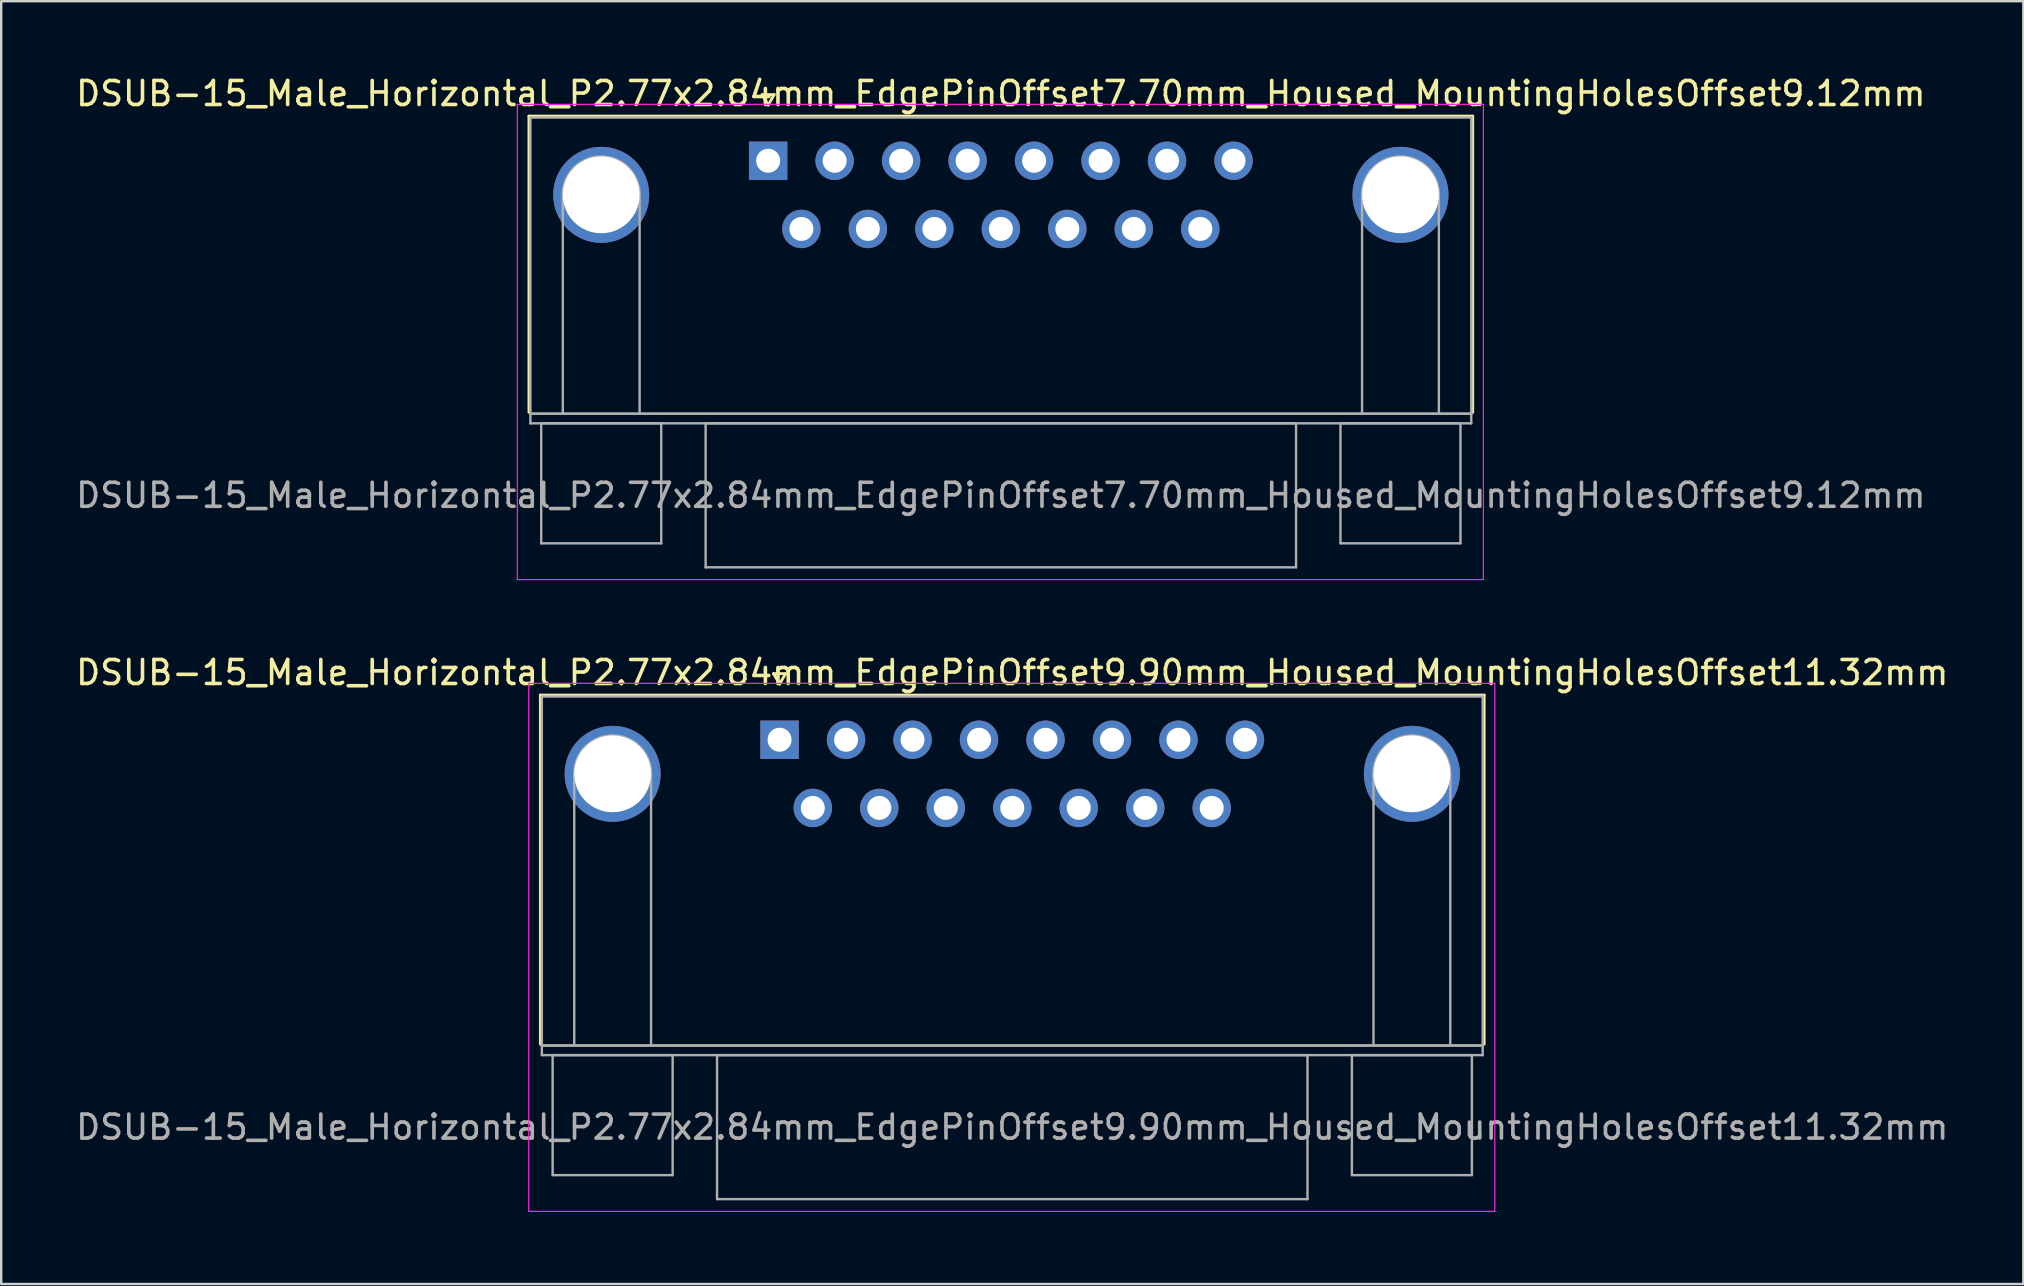
<source format=kicad_pcb>
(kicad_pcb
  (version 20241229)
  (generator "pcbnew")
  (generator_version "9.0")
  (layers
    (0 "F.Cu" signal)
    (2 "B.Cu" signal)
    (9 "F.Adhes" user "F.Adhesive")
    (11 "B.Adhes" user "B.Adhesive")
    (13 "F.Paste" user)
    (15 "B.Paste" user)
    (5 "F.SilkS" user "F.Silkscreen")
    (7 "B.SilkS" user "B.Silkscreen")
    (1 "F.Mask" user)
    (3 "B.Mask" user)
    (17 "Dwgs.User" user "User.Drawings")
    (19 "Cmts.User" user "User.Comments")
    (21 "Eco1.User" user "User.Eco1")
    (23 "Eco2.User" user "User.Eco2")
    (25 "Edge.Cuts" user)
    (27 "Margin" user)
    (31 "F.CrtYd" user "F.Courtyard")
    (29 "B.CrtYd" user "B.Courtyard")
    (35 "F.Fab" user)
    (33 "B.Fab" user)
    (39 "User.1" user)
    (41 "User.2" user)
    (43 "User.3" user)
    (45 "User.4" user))
  (footprint "DSUB-15_Male_Horizontal_P2.77x2.84mm_EdgePinOffset9.90mm_Housed_MountingHolesOffset11.32mm"
    (layer "F.Cu")
    (at 29.43 27.771)
    (property "Reference" "DSUB-15_Male_Horizontal_P2.77x2.84mm_EdgePinOffset9.90mm_Housed_MountingHolesOffset11.32mm" (at 9.695 -2.8 0) (layer "F.SilkS") (effects (font (size 1 1) (thickness 0.15))))
    (attr through_hole)
    (fp_line (start -9.965 -1.86) (end 29.355 -1.86) (stroke (width 0.12) (type solid)) (layer "F.SilkS"))
    (fp_line (start -9.965 12.68) (end -9.965 -1.86) (stroke (width 0.12) (type solid)) (layer "F.SilkS"))
    (fp_line (start -0.25 -2.754) (end 0.25 -2.754) (stroke (width 0.12) (type solid)) (layer "F.SilkS"))
    (fp_line (start 0 -2.321) (end -0.25 -2.754) (stroke (width 0.12) (type solid)) (layer "F.SilkS"))
    (fp_line (start 0.25 -2.754) (end 0 -2.321) (stroke (width 0.12) (type solid)) (layer "F.SilkS"))
    (fp_line (start 29.355 -1.86) (end 29.355 12.68) (stroke (width 0.12) (type solid)) (layer "F.SilkS"))
    (fp_line (start -10.45 -2.35) (end -10.45 19.65) (stroke (width 0.05) (type solid)) (layer "F.CrtYd"))
    (fp_line (start -10.45 19.65) (end 29.8 19.65) (stroke (width 0.05) (type solid)) (layer "F.CrtYd"))
    (fp_line (start 29.8 -2.35) (end -10.45 -2.35) (stroke (width 0.05) (type solid)) (layer "F.CrtYd"))
    (fp_line (start 29.8 19.65) (end 29.8 -2.35) (stroke (width 0.05) (type solid)) (layer "F.CrtYd"))
    (fp_line (start -9.905 -1.8) (end -9.905 12.74) (stroke (width 0.1) (type solid)) (layer "F.Fab"))
    (fp_line (start -9.905 12.74) (end -9.905 13.14) (stroke (width 0.1) (type solid)) (layer "F.Fab"))
    (fp_line (start -9.905 12.74) (end 29.295 12.74) (stroke (width 0.1) (type solid)) (layer "F.Fab"))
    (fp_line (start -9.905 13.14) (end 29.295 13.14) (stroke (width 0.1) (type solid)) (layer "F.Fab"))
    (fp_line (start -9.455 13.14) (end -9.455 18.14) (stroke (width 0.1) (type solid)) (layer "F.Fab"))
    (fp_line (start -9.455 18.14) (end -4.455 18.14) (stroke (width 0.1) (type solid)) (layer "F.Fab"))
    (fp_line (start -8.555 12.74) (end -8.555 1.42) (stroke (width 0.1) (type solid)) (layer "F.Fab"))
    (fp_line (start -5.355 12.74) (end -5.355 1.42) (stroke (width 0.1) (type solid)) (layer "F.Fab"))
    (fp_line (start -4.455 13.14) (end -9.455 13.14) (stroke (width 0.1) (type solid)) (layer "F.Fab"))
    (fp_line (start -4.455 18.14) (end -4.455 13.14) (stroke (width 0.1) (type solid)) (layer "F.Fab"))
    (fp_line (start -2.605 13.14) (end -2.605 19.14) (stroke (width 0.1) (type solid)) (layer "F.Fab"))
    (fp_line (start -2.605 19.14) (end 21.995 19.14) (stroke (width 0.1) (type solid)) (layer "F.Fab"))
    (fp_line (start 21.995 13.14) (end -2.605 13.14) (stroke (width 0.1) (type solid)) (layer "F.Fab"))
    (fp_line (start 21.995 19.14) (end 21.995 13.14) (stroke (width 0.1) (type solid)) (layer "F.Fab"))
    (fp_line (start 23.845 13.14) (end 23.845 18.14) (stroke (width 0.1) (type solid)) (layer "F.Fab"))
    (fp_line (start 23.845 18.14) (end 28.845 18.14) (stroke (width 0.1) (type solid)) (layer "F.Fab"))
    (fp_line (start 24.745 12.74) (end 24.745 1.42) (stroke (width 0.1) (type solid)) (layer "F.Fab"))
    (fp_line (start 27.945 12.74) (end 27.945 1.42) (stroke (width 0.1) (type solid)) (layer "F.Fab"))
    (fp_line (start 28.845 13.14) (end 23.845 13.14) (stroke (width 0.1) (type solid)) (layer "F.Fab"))
    (fp_line (start 28.845 18.14) (end 28.845 13.14) (stroke (width 0.1) (type solid)) (layer "F.Fab"))
    (fp_line (start 29.295 -1.8) (end -9.905 -1.8) (stroke (width 0.1) (type solid)) (layer "F.Fab"))
    (fp_line (start 29.295 12.74) (end -9.905 12.74) (stroke (width 0.1) (type solid)) (layer "F.Fab"))
    (fp_line (start 29.295 12.74) (end 29.295 -1.8) (stroke (width 0.1) (type solid)) (layer "F.Fab"))
    (fp_line (start 29.295 13.14) (end 29.295 12.74) (stroke (width 0.1) (type solid)) (layer "F.Fab"))
    (fp_arc (start -8.555 1.42) (mid -6.955 -0.18) (end -5.355 1.42) (stroke (width 0.1) (type solid)) (layer "F.Fab"))
    (fp_arc (start 24.745 1.42) (mid 26.345 -0.18) (end 27.945 1.42) (stroke (width 0.1) (type solid)) (layer "F.Fab"))
    (fp_text user "${REFERENCE}" (at 9.695 16.14 0) (layer "F.Fab") (effects (font (size 1 1) (thickness 0.15))))
    (pad "0" thru_hole circle (at -6.955 1.42) (size 4 4) (drill 3.2) (layers "*.Cu" "*.Mask"))
    (pad "0" thru_hole circle (at 26.345 1.42) (size 4 4) (drill 3.2) (layers "*.Cu" "*.Mask"))
    (pad "1" thru_hole rect (at 0 0) (size 1.6 1.6) (drill 1) (layers "*.Cu" "*.Mask"))
    (pad "2" thru_hole circle (at 2.77 0) (size 1.6 1.6) (drill 1) (layers "*.Cu" "*.Mask"))
    (pad "3" thru_hole circle (at 5.54 0) (size 1.6 1.6) (drill 1) (layers "*.Cu" "*.Mask"))
    (pad "4" thru_hole circle (at 8.31 0) (size 1.6 1.6) (drill 1) (layers "*.Cu" "*.Mask"))
    (pad "5" thru_hole circle (at 11.08 0) (size 1.6 1.6) (drill 1) (layers "*.Cu" "*.Mask"))
    (pad "6" thru_hole circle (at 13.85 0) (size 1.6 1.6) (drill 1) (layers "*.Cu" "*.Mask"))
    (pad "7" thru_hole circle (at 16.62 0) (size 1.6 1.6) (drill 1) (layers "*.Cu" "*.Mask"))
    (pad "8" thru_hole circle (at 19.39 0) (size 1.6 1.6) (drill 1) (layers "*.Cu" "*.Mask"))
    (pad "9" thru_hole circle (at 1.385 2.84) (size 1.6 1.6) (drill 1) (layers "*.Cu" "*.Mask"))
    (pad "10" thru_hole circle (at 4.155 2.84) (size 1.6 1.6) (drill 1) (layers "*.Cu" "*.Mask"))
    (pad "11" thru_hole circle (at 6.925 2.84) (size 1.6 1.6) (drill 1) (layers "*.Cu" "*.Mask"))
    (pad "12" thru_hole circle (at 9.695 2.84) (size 1.6 1.6) (drill 1) (layers "*.Cu" "*.Mask"))
    (pad "13" thru_hole circle (at 12.465 2.84) (size 1.6 1.6) (drill 1) (layers "*.Cu" "*.Mask"))
    (pad "14" thru_hole circle (at 15.235 2.84) (size 1.6 1.6) (drill 1) (layers "*.Cu" "*.Mask"))
    (pad "15" thru_hole circle (at 18.005 2.84) (size 1.6 1.6) (drill 1) (layers "*.Cu" "*.Mask")))
  (footprint "DSUB-15_Male_Horizontal_P2.77x2.84mm_EdgePinOffset7.70mm_Housed_MountingHolesOffset9.12mm"
    (layer "F.Cu")
    (at 28.954 3.648)
    (property "Reference" "DSUB-15_Male_Horizontal_P2.77x2.84mm_EdgePinOffset7.70mm_Housed_MountingHolesOffset9.12mm" (at 9.695 -2.8 0) (layer "F.SilkS") (effects (font (size 1 1) (thickness 0.15))))
    (attr through_hole)
    (fp_line (start -9.965 -1.86) (end 29.355 -1.86) (stroke (width 0.12) (type solid)) (layer "F.SilkS"))
    (fp_line (start -9.965 10.48) (end -9.965 -1.86) (stroke (width 0.12) (type solid)) (layer "F.SilkS"))
    (fp_line (start -0.25 -2.754) (end 0.25 -2.754) (stroke (width 0.12) (type solid)) (layer "F.SilkS"))
    (fp_line (start 0 -2.321) (end -0.25 -2.754) (stroke (width 0.12) (type solid)) (layer "F.SilkS"))
    (fp_line (start 0.25 -2.754) (end 0 -2.321) (stroke (width 0.12) (type solid)) (layer "F.SilkS"))
    (fp_line (start 29.355 -1.86) (end 29.355 10.48) (stroke (width 0.12) (type solid)) (layer "F.SilkS"))
    (fp_line (start -10.45 -2.35) (end -10.45 17.45) (stroke (width 0.05) (type solid)) (layer "F.CrtYd"))
    (fp_line (start -10.45 17.45) (end 29.8 17.45) (stroke (width 0.05) (type solid)) (layer "F.CrtYd"))
    (fp_line (start 29.8 -2.35) (end -10.45 -2.35) (stroke (width 0.05) (type solid)) (layer "F.CrtYd"))
    (fp_line (start 29.8 17.45) (end 29.8 -2.35) (stroke (width 0.05) (type solid)) (layer "F.CrtYd"))
    (fp_line (start -9.905 -1.8) (end -9.905 10.54) (stroke (width 0.1) (type solid)) (layer "F.Fab"))
    (fp_line (start -9.905 10.54) (end -9.905 10.94) (stroke (width 0.1) (type solid)) (layer "F.Fab"))
    (fp_line (start -9.905 10.54) (end 29.295 10.54) (stroke (width 0.1) (type solid)) (layer "F.Fab"))
    (fp_line (start -9.905 10.94) (end 29.295 10.94) (stroke (width 0.1) (type solid)) (layer "F.Fab"))
    (fp_line (start -9.455 10.94) (end -9.455 15.94) (stroke (width 0.1) (type solid)) (layer "F.Fab"))
    (fp_line (start -9.455 15.94) (end -4.455 15.94) (stroke (width 0.1) (type solid)) (layer "F.Fab"))
    (fp_line (start -8.555 10.54) (end -8.555 1.42) (stroke (width 0.1) (type solid)) (layer "F.Fab"))
    (fp_line (start -5.355 10.54) (end -5.355 1.42) (stroke (width 0.1) (type solid)) (layer "F.Fab"))
    (fp_line (start -4.455 10.94) (end -9.455 10.94) (stroke (width 0.1) (type solid)) (layer "F.Fab"))
    (fp_line (start -4.455 15.94) (end -4.455 10.94) (stroke (width 0.1) (type solid)) (layer "F.Fab"))
    (fp_line (start -2.605 10.94) (end -2.605 16.94) (stroke (width 0.1) (type solid)) (layer "F.Fab"))
    (fp_line (start -2.605 16.94) (end 21.995 16.94) (stroke (width 0.1) (type solid)) (layer "F.Fab"))
    (fp_line (start 21.995 10.94) (end -2.605 10.94) (stroke (width 0.1) (type solid)) (layer "F.Fab"))
    (fp_line (start 21.995 16.94) (end 21.995 10.94) (stroke (width 0.1) (type solid)) (layer "F.Fab"))
    (fp_line (start 23.845 10.94) (end 23.845 15.94) (stroke (width 0.1) (type solid)) (layer "F.Fab"))
    (fp_line (start 23.845 15.94) (end 28.845 15.94) (stroke (width 0.1) (type solid)) (layer "F.Fab"))
    (fp_line (start 24.745 10.54) (end 24.745 1.42) (stroke (width 0.1) (type solid)) (layer "F.Fab"))
    (fp_line (start 27.945 10.54) (end 27.945 1.42) (stroke (width 0.1) (type solid)) (layer "F.Fab"))
    (fp_line (start 28.845 10.94) (end 23.845 10.94) (stroke (width 0.1) (type solid)) (layer "F.Fab"))
    (fp_line (start 28.845 15.94) (end 28.845 10.94) (stroke (width 0.1) (type solid)) (layer "F.Fab"))
    (fp_line (start 29.295 -1.8) (end -9.905 -1.8) (stroke (width 0.1) (type solid)) (layer "F.Fab"))
    (fp_line (start 29.295 10.54) (end -9.905 10.54) (stroke (width 0.1) (type solid)) (layer "F.Fab"))
    (fp_line (start 29.295 10.54) (end 29.295 -1.8) (stroke (width 0.1) (type solid)) (layer "F.Fab"))
    (fp_line (start 29.295 10.94) (end 29.295 10.54) (stroke (width 0.1) (type solid)) (layer "F.Fab"))
    (fp_arc (start -8.555 1.42) (mid -6.955 -0.18) (end -5.355 1.42) (stroke (width 0.1) (type solid)) (layer "F.Fab"))
    (fp_arc (start 24.745 1.42) (mid 26.345 -0.18) (end 27.945 1.42) (stroke (width 0.1) (type solid)) (layer "F.Fab"))
    (fp_text user "${REFERENCE}" (at 9.695 13.94 0) (layer "F.Fab") (effects (font (size 1 1) (thickness 0.15))))
    (pad "0" thru_hole circle (at -6.955 1.42) (size 4 4) (drill 3.2) (layers "*.Cu" "*.Mask"))
    (pad "0" thru_hole circle (at 26.345 1.42) (size 4 4) (drill 3.2) (layers "*.Cu" "*.Mask"))
    (pad "1" thru_hole rect (at 0 0) (size 1.6 1.6) (drill 1) (layers "*.Cu" "*.Mask"))
    (pad "2" thru_hole circle (at 2.77 0) (size 1.6 1.6) (drill 1) (layers "*.Cu" "*.Mask"))
    (pad "3" thru_hole circle (at 5.54 0) (size 1.6 1.6) (drill 1) (layers "*.Cu" "*.Mask"))
    (pad "4" thru_hole circle (at 8.31 0) (size 1.6 1.6) (drill 1) (layers "*.Cu" "*.Mask"))
    (pad "5" thru_hole circle (at 11.08 0) (size 1.6 1.6) (drill 1) (layers "*.Cu" "*.Mask"))
    (pad "6" thru_hole circle (at 13.85 0) (size 1.6 1.6) (drill 1) (layers "*.Cu" "*.Mask"))
    (pad "7" thru_hole circle (at 16.62 0) (size 1.6 1.6) (drill 1) (layers "*.Cu" "*.Mask"))
    (pad "8" thru_hole circle (at 19.39 0) (size 1.6 1.6) (drill 1) (layers "*.Cu" "*.Mask"))
    (pad "9" thru_hole circle (at 1.385 2.84) (size 1.6 1.6) (drill 1) (layers "*.Cu" "*.Mask"))
    (pad "10" thru_hole circle (at 4.155 2.84) (size 1.6 1.6) (drill 1) (layers "*.Cu" "*.Mask"))
    (pad "11" thru_hole circle (at 6.925 2.84) (size 1.6 1.6) (drill 1) (layers "*.Cu" "*.Mask"))
    (pad "12" thru_hole circle (at 9.695 2.84) (size 1.6 1.6) (drill 1) (layers "*.Cu" "*.Mask"))
    (pad "13" thru_hole circle (at 12.465 2.84) (size 1.6 1.6) (drill 1) (layers "*.Cu" "*.Mask"))
    (pad "14" thru_hole circle (at 15.235 2.84) (size 1.6 1.6) (drill 1) (layers "*.Cu" "*.Mask"))
    (pad "15" thru_hole circle (at 18.005 2.84) (size 1.6 1.6) (drill 1) (layers "*.Cu" "*.Mask")))
  (gr_rect
    (start -3 -3)
    (end 81.25 50.447)
    (stroke (width 0.1) (type default))
    (fill no)
    (layer "Edge.Cuts")))
</source>
